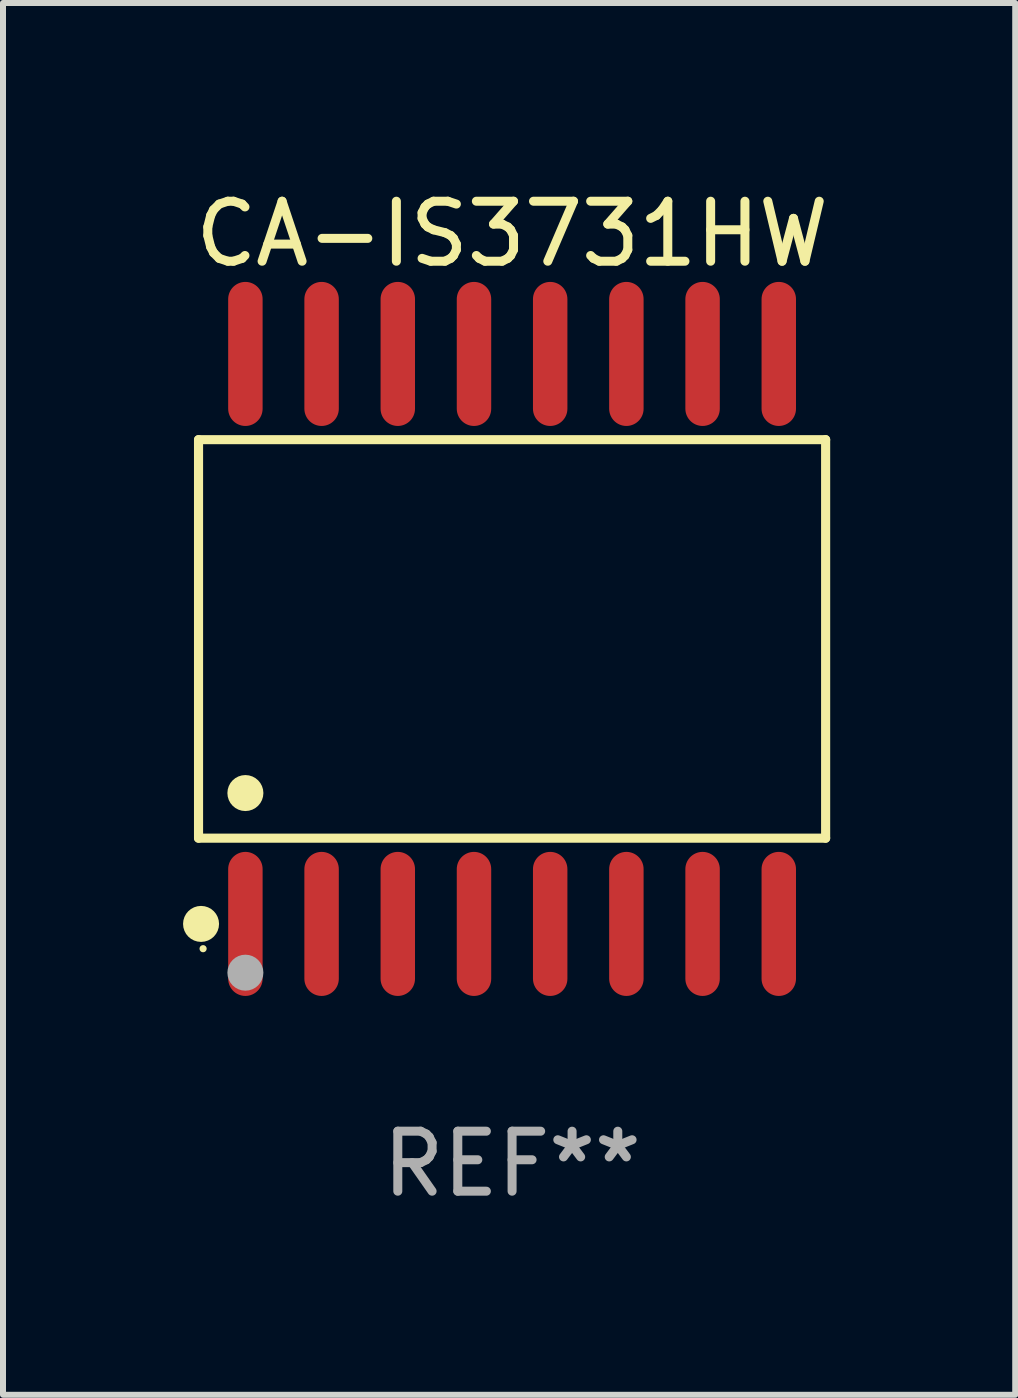
<source format=kicad_pcb>
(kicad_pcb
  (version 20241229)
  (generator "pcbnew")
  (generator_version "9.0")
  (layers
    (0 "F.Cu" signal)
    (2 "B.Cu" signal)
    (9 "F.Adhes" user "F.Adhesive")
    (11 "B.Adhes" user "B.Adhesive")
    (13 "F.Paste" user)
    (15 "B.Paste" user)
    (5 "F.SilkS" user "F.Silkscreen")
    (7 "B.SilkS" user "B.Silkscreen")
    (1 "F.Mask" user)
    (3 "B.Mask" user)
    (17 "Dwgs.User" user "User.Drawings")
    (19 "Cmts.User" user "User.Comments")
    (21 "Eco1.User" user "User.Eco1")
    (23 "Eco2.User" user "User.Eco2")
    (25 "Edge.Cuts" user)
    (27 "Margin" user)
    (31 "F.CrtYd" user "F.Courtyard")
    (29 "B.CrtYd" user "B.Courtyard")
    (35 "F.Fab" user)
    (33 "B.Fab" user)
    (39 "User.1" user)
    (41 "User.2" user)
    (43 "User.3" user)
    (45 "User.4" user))
  (footprint "CA-IS3731HW"
    (layer "F.Cu")
    (at 5.485 7.599)
    (property "Reference" "CA-IS3731HW" (at 0 -6.75 0) (layer "F.SilkS") (effects (font (size 1 1) (thickness 0.15))))
    (attr through_hole)
    (fp_line (start -5.226 -3.321) (end 5.226 -3.321) (stroke (width 0.152) (type solid)) (layer "F.SilkS"))
    (fp_line (start -5.226 3.321) (end -5.226 -3.321) (stroke (width 0.152) (type solid)) (layer "F.SilkS"))
    (fp_line (start 5.226 -3.321) (end 5.226 3.321) (stroke (width 0.152) (type solid)) (layer "F.SilkS"))
    (fp_line (start 5.226 3.321) (end -5.226 3.321) (stroke (width 0.152) (type solid)) (layer "F.SilkS"))
    (fp_circle (center -5.184 4.75) (end -5.034 4.75) (stroke (width 0.3) (type solid)) (fill no) (layer "F.SilkS"))
    (fp_circle (center -5.15 5.163) (end -5.12 5.163) (stroke (width 0.06) (type solid)) (fill no) (layer "F.SilkS"))
    (fp_circle (center -4.445 2.569) (end -4.295 2.569) (stroke (width 0.3) (type solid)) (fill no) (layer "F.SilkS"))
    (fp_circle (center -4.445 5.563) (end -4.295 5.563) (stroke (width 0.3) (type solid)) (fill no) (layer "F.Fab"))
    (fp_text user "REF**" (at 0 8.75 0) (layer "F.Fab") (effects (font (size 1 1) (thickness 0.15))))
    (pad "1" smd oval (at -4.445 4.75) (size 0.574 2.401) (layers "F.Cu" "F.Mask" "F.Paste"))
    (pad "2" smd oval (at -3.175 4.75) (size 0.574 2.401) (layers "F.Cu" "F.Mask" "F.Paste"))
    (pad "3" smd oval (at -1.905 4.75) (size 0.574 2.401) (layers "F.Cu" "F.Mask" "F.Paste"))
    (pad "4" smd oval (at -0.635 4.75) (size 0.574 2.401) (layers "F.Cu" "F.Mask" "F.Paste"))
    (pad "5" smd oval (at 0.635 4.75) (size 0.574 2.401) (layers "F.Cu" "F.Mask" "F.Paste"))
    (pad "6" smd oval (at 1.905 4.75) (size 0.574 2.401) (layers "F.Cu" "F.Mask" "F.Paste"))
    (pad "7" smd oval (at 3.175 4.75) (size 0.574 2.401) (layers "F.Cu" "F.Mask" "F.Paste"))
    (pad "8" smd oval (at 4.445 4.75) (size 0.574 2.401) (layers "F.Cu" "F.Mask" "F.Paste"))
    (pad "9" smd oval (at 4.445 -4.75) (size 0.574 2.401) (layers "F.Cu" "F.Mask" "F.Paste"))
    (pad "10" smd oval (at 3.175 -4.75) (size 0.574 2.401) (layers "F.Cu" "F.Mask" "F.Paste"))
    (pad "11" smd oval (at 1.905 -4.75) (size 0.574 2.401) (layers "F.Cu" "F.Mask" "F.Paste"))
    (pad "12" smd oval (at 0.635 -4.75) (size 0.574 2.401) (layers "F.Cu" "F.Mask" "F.Paste"))
    (pad "13" smd oval (at -0.635 -4.75) (size 0.574 2.401) (layers "F.Cu" "F.Mask" "F.Paste"))
    (pad "14" smd oval (at -1.905 -4.75) (size 0.574 2.401) (layers "F.Cu" "F.Mask" "F.Paste"))
    (pad "15" smd oval (at -3.175 -4.75) (size 0.574 2.401) (layers "F.Cu" "F.Mask" "F.Paste"))
    (pad "16" smd oval (at -4.445 -4.75) (size 0.574 2.401) (layers "F.Cu" "F.Mask" "F.Paste")))
  (gr_rect
    (start -3 -3)
    (end 13.871 20.197)
    (stroke (width 0.1) (type default))
    (fill no)
    (layer "Edge.Cuts")))
</source>
